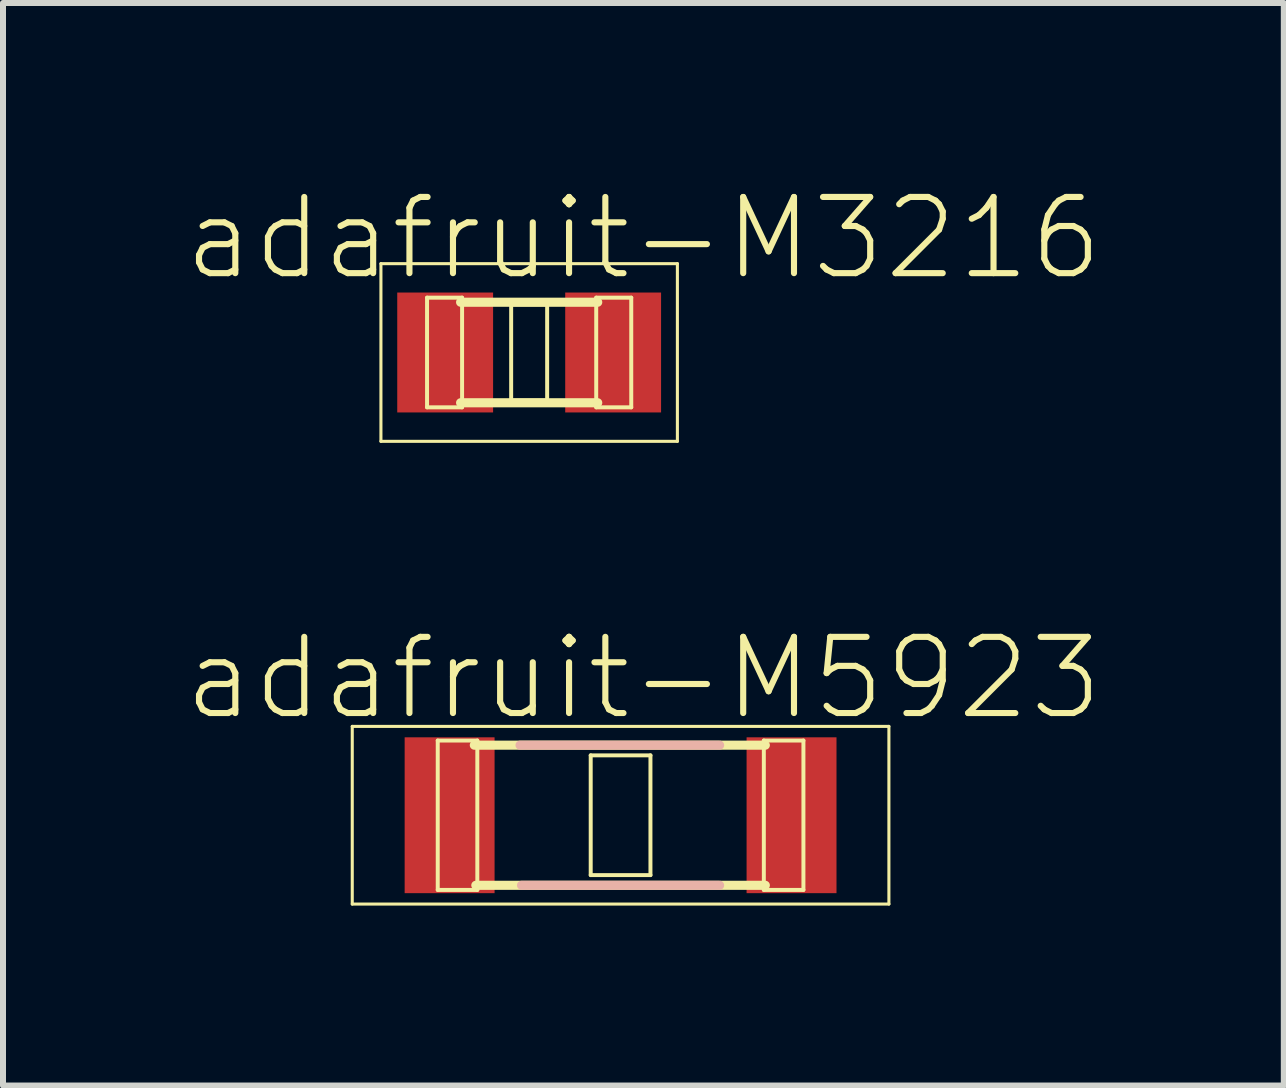
<source format=kicad_pcb>
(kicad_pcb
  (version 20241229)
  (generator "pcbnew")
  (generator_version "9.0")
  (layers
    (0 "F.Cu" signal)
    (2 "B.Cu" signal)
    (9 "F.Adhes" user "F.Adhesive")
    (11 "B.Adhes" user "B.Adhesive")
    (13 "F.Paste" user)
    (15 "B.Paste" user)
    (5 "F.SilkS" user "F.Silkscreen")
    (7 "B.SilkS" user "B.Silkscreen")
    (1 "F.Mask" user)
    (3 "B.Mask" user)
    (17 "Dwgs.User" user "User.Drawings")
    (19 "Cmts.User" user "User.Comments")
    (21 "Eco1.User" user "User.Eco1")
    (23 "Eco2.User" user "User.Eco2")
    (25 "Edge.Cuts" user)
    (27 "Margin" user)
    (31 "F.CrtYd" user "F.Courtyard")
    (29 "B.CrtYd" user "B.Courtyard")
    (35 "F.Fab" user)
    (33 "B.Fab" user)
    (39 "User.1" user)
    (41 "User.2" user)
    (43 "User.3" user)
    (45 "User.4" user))
  (footprint "adafruit-M5923"
    (layer "F.Cu")
    (at 7.295 10.54)
    (property "Reference" "adafruit-M5923" (at 0.381 -2.286 0) (layer "F.SilkS") (effects (font (size 1.27 1.27) (thickness 0.102))))
    (attr smd)
    (fp_line (start -4.473 -1.481) (end 4.473 -1.481) (stroke (width 0.051) (type solid)) (layer "F.SilkS"))
    (fp_line (start -4.473 1.481) (end -4.473 -1.481) (stroke (width 0.051) (type solid)) (layer "F.SilkS"))
    (fp_line (start -3.048 -1.245) (end -2.388 -1.245) (stroke (width 0.066) (type solid)) (layer "F.SilkS"))
    (fp_line (start -3.048 1.245) (end -3.048 -1.245) (stroke (width 0.066) (type solid)) (layer "F.SilkS"))
    (fp_line (start -3.048 1.245) (end -2.388 1.245) (stroke (width 0.066) (type solid)) (layer "F.SilkS"))
    (fp_line (start -2.388 1.245) (end -2.388 -1.245) (stroke (width 0.066) (type solid)) (layer "F.SilkS"))
    (fp_line (start -0.498 -0.998) (end 0.498 -0.998) (stroke (width 0.066) (type solid)) (layer "F.SilkS"))
    (fp_line (start -0.498 0.998) (end -0.498 -0.998) (stroke (width 0.066) (type solid)) (layer "F.SilkS"))
    (fp_line (start -0.498 0.998) (end 0.498 0.998) (stroke (width 0.066) (type solid)) (layer "F.SilkS"))
    (fp_line (start 0.498 0.998) (end 0.498 -0.998) (stroke (width 0.066) (type solid)) (layer "F.SilkS"))
    (fp_line (start 2.388 -1.245) (end 3.048 -1.245) (stroke (width 0.066) (type solid)) (layer "F.SilkS"))
    (fp_line (start 2.388 1.245) (end 2.388 -1.245) (stroke (width 0.066) (type solid)) (layer "F.SilkS"))
    (fp_line (start 2.388 1.245) (end 3.048 1.245) (stroke (width 0.066) (type solid)) (layer "F.SilkS"))
    (fp_line (start 2.413 -1.168) (end -2.438 -1.168) (stroke (width 0.152) (type solid)) (layer "F.SilkS"))
    (fp_line (start 2.413 1.168) (end -2.413 1.168) (stroke (width 0.152) (type solid)) (layer "F.SilkS"))
    (fp_line (start 3.048 1.245) (end 3.048 -1.245) (stroke (width 0.066) (type solid)) (layer "F.SilkS"))
    (fp_line (start 4.473 -1.481) (end 4.473 1.481) (stroke (width 0.051) (type solid)) (layer "F.SilkS"))
    (fp_line (start 4.473 1.481) (end -4.473 1.481) (stroke (width 0.051) (type solid)) (layer "F.SilkS"))
    (fp_line (start 1.651 -1.168) (end -1.676 -1.168) (stroke (width 0.152) (type solid)) (layer "B.SilkS"))
    (fp_line (start 1.651 1.168) (end -1.651 1.168) (stroke (width 0.152) (type solid)) (layer "B.SilkS"))
    (pad "1" smd rect (at -2.85 0) (size 1.499 2.598) (layers "F.Cu" "F.Mask" "F.Paste"))
    (pad "2" smd rect (at 2.85 0) (size 1.499 2.598) (layers "F.Cu" "F.Mask" "F.Paste")))
  (footprint "adafruit-M3216"
    (layer "F.Cu")
    (at 5.771 2.826)
    (property "Reference" "adafruit-M3216" (at 1.905 -1.905 0) (layer "F.SilkS") (effects (font (size 1.27 1.27) (thickness 0.102))))
    (attr smd)
    (fp_line (start -2.471 -1.481) (end 2.471 -1.481) (stroke (width 0.051) (type solid)) (layer "F.SilkS"))
    (fp_line (start -2.471 1.481) (end -2.471 -1.481) (stroke (width 0.051) (type solid)) (layer "F.SilkS"))
    (fp_line (start -1.702 -0.914) (end -1.118 -0.914) (stroke (width 0.066) (type solid)) (layer "F.SilkS"))
    (fp_line (start -1.702 0.914) (end -1.702 -0.914) (stroke (width 0.066) (type solid)) (layer "F.SilkS"))
    (fp_line (start -1.702 0.914) (end -1.118 0.914) (stroke (width 0.066) (type solid)) (layer "F.SilkS"))
    (fp_line (start -1.118 0.914) (end -1.118 -0.914) (stroke (width 0.066) (type solid)) (layer "F.SilkS"))
    (fp_line (start -0.3 -0.8) (end 0.3 -0.8) (stroke (width 0.066) (type solid)) (layer "F.SilkS"))
    (fp_line (start -0.3 0.8) (end -0.3 -0.8) (stroke (width 0.066) (type solid)) (layer "F.SilkS"))
    (fp_line (start -0.3 0.8) (end 0.3 0.8) (stroke (width 0.066) (type solid)) (layer "F.SilkS"))
    (fp_line (start 0.3 0.8) (end 0.3 -0.8) (stroke (width 0.066) (type solid)) (layer "F.SilkS"))
    (fp_line (start 1.118 -0.914) (end 1.702 -0.914) (stroke (width 0.066) (type solid)) (layer "F.SilkS"))
    (fp_line (start 1.118 0.914) (end 1.118 -0.914) (stroke (width 0.066) (type solid)) (layer "F.SilkS"))
    (fp_line (start 1.118 0.914) (end 1.702 0.914) (stroke (width 0.066) (type solid)) (layer "F.SilkS"))
    (fp_line (start 1.143 -0.838) (end -1.143 -0.838) (stroke (width 0.152) (type solid)) (layer "F.SilkS"))
    (fp_line (start 1.143 0.838) (end -1.143 0.838) (stroke (width 0.152) (type solid)) (layer "F.SilkS"))
    (fp_line (start 1.702 0.914) (end 1.702 -0.914) (stroke (width 0.066) (type solid)) (layer "F.SilkS"))
    (fp_line (start 2.471 -1.481) (end 2.471 1.481) (stroke (width 0.051) (type solid)) (layer "F.SilkS"))
    (fp_line (start 2.471 1.481) (end -2.471 1.481) (stroke (width 0.051) (type solid)) (layer "F.SilkS"))
    (pad "1" smd rect (at -1.4 0) (size 1.598 1.999) (layers "F.Cu" "F.Mask" "F.Paste"))
    (pad "2" smd rect (at 1.4 0) (size 1.598 1.999) (layers "F.Cu" "F.Mask" "F.Paste")))
  (gr_rect
    (start -3 -3)
    (end 18.351 15.046)
    (stroke (width 0.1) (type default))
    (fill no)
    (layer "Edge.Cuts")))
</source>
